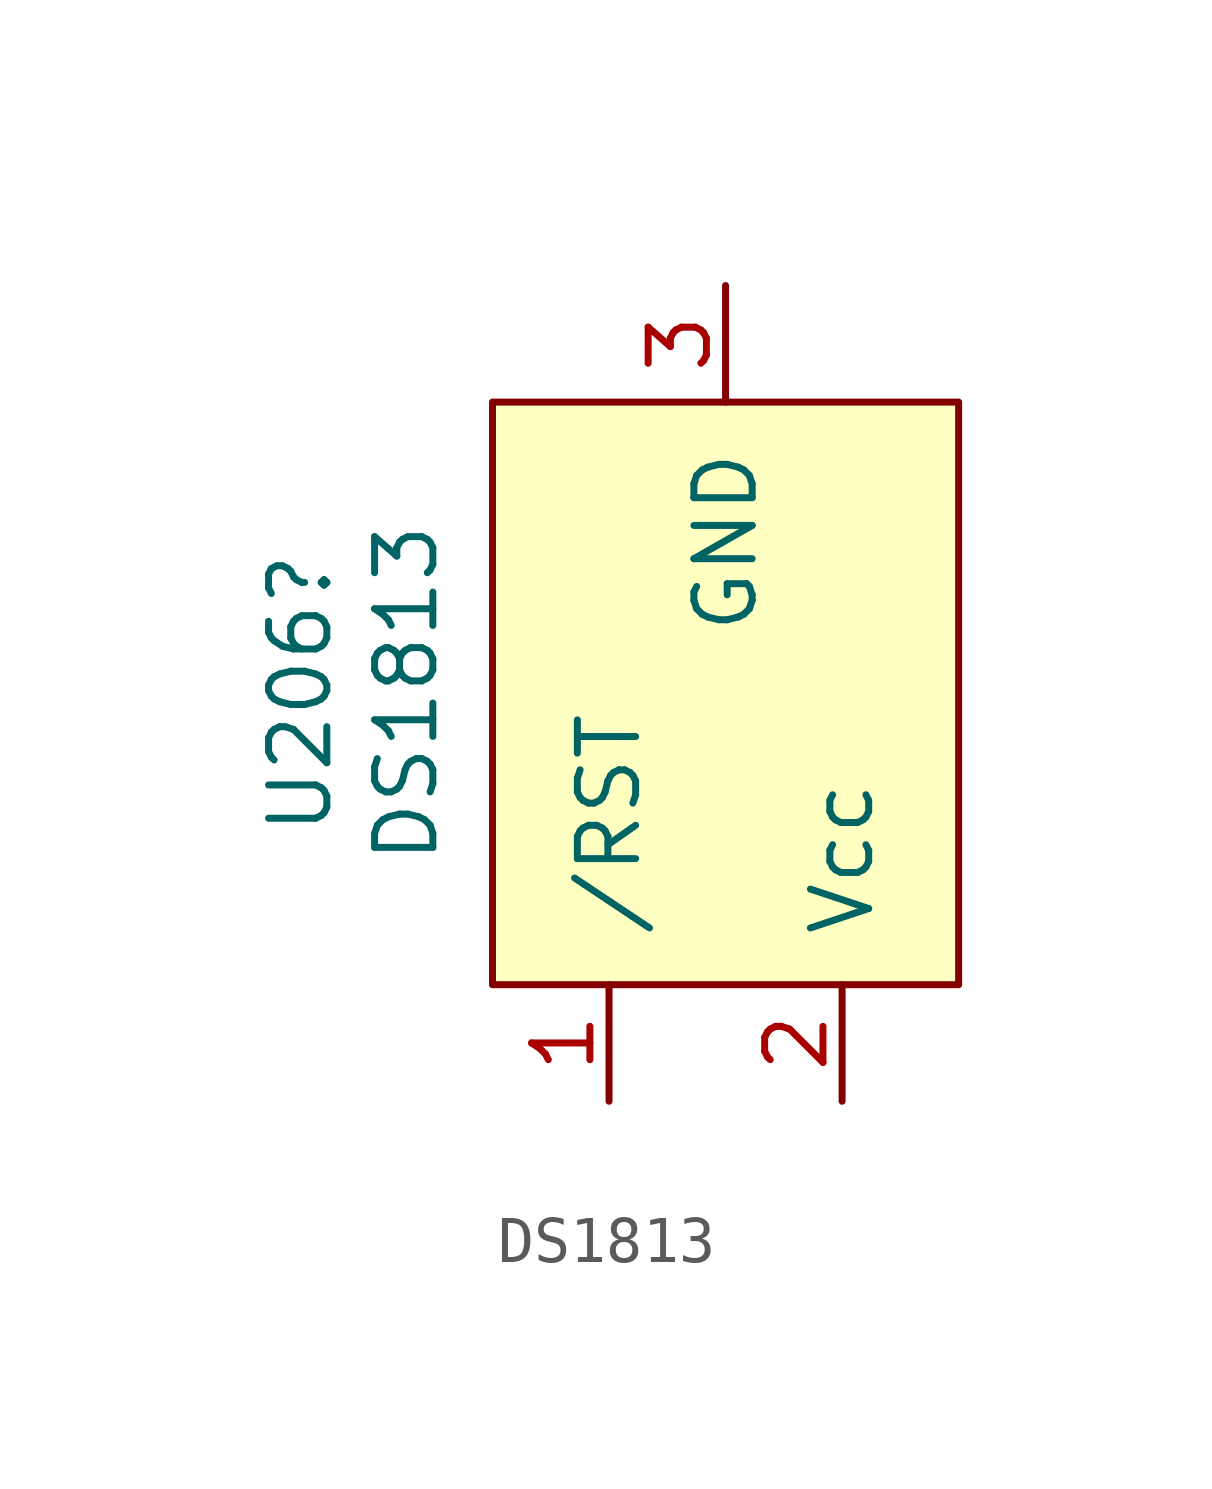
<source format=kicad_sym>
(kicad_symbol_lib
  (version 20220914)
  (generator kicad_symbol_editor)
  (symbol "DS1813"
    (pin_names
      (offset 1.016))
    (property "Reference" "U206"
      (at -9.271 -2.54 90)
      (effects (font (size 1.27 1.27))))
    (property "Value" "DS1813"
      (at -6.96 -2.54 90)
      (effects (font (size 1.27 1.27))))
    (symbol "DS1813_0_1"
      (rectangle (start -5.08 3.81) (end 5.08 -8.89) (stroke (width 0) (type solid)) (fill (type background))))
    (symbol "DS1813_1_1"
      (pin bidirectional line (at -2.54 -11.43 90) (length 2.54) (name "/RST" (effects (font (size 1.27 1.27)))) (number "1" (effects (font (size 1.27 1.27)))))
      (pin power_in line (at 2.54 -11.43 90) (length 2.54) (name "Vcc" (effects (font (size 1.27 1.27)))) (number "2" (effects (font (size 1.27 1.27)))))
      (pin power_in line (at 0 6.35 270) (length 2.54) (name "GND" (effects (font (size 1.27 1.27)))) (number "3" (effects (font (size 1.27 1.27))))))))
</source>
